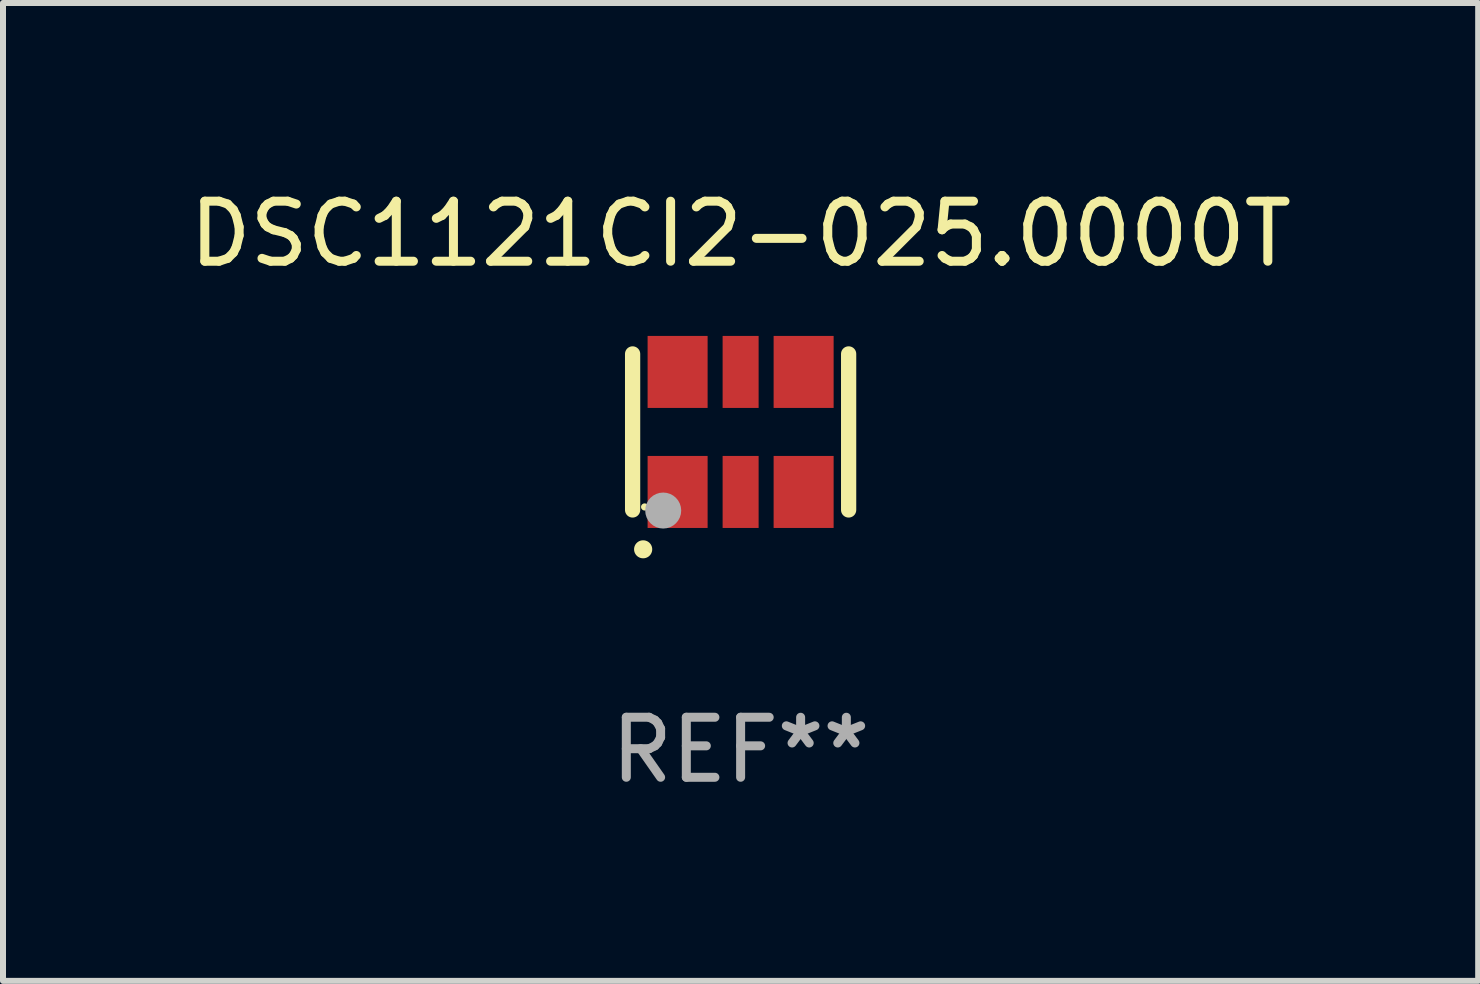
<source format=kicad_pcb>
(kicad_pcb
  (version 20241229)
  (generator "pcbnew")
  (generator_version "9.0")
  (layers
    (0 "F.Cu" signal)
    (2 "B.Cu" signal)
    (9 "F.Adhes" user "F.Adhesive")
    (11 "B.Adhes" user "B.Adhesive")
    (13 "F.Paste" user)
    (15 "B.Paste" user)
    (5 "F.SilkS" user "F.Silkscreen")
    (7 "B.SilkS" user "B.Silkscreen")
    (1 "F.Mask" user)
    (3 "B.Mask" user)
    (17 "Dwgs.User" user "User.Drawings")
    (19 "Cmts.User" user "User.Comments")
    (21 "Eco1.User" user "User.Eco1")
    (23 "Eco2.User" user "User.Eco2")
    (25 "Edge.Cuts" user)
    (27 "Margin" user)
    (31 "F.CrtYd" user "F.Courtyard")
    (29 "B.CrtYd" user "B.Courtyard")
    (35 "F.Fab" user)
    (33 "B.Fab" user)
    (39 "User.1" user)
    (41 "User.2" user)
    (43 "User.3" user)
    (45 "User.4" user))
  (footprint "DSC1121CI2-025.0000T"
    (layer "F.Cu")
    (at 9.292 4.148)
    (property "Reference" "DSC1121CI2-025.0000T" (at 0 -3.3 0) (layer "F.SilkS") (effects (font (size 1 1) (thickness 0.15))))
    (attr through_hole)
    (fp_line (start -1.8 -1.3) (end -1.8 1.3) (stroke (width 0.254) (type solid)) (layer "F.SilkS"))
    (fp_line (start 1.8 -1.3) (end 1.8 1.3) (stroke (width 0.254) (type solid)) (layer "F.SilkS"))
    (fp_arc (start -1.625603 1.955804) (mid -1.624333 1.955799) (end -1.623063 1.955804) (stroke (width 0.3) (type solid)) (layer "F.SilkS"))
    (fp_circle (center -1.6 1.25) (end -1.57 1.25) (stroke (width 0.06) (type solid)) (fill no) (layer "F.SilkS"))
    (fp_circle (center -1.29 1.31) (end -1.14 1.31) (stroke (width 0.3) (type solid)) (fill no) (layer "F.Fab"))
    (fp_text user "REF**" (at 0 5.3 0) (layer "F.Fab") (effects (font (size 1 1) (thickness 0.15))))
    (pad "1" smd rect (at -1.05 1) (size 1 1.2) (layers "F.Cu" "F.Mask" "F.Paste"))
    (pad "2" smd rect (at 0 1) (size 0.6 1.2) (layers "F.Cu" "F.Mask" "F.Paste"))
    (pad "3" smd rect (at 1.05 1) (size 1 1.2) (layers "F.Cu" "F.Mask" "F.Paste"))
    (pad "4" smd rect (at 1.05 -1) (size 1 1.2) (layers "F.Cu" "F.Mask" "F.Paste"))
    (pad "5" smd rect (at 0 -1) (size 0.6 1.2) (layers "F.Cu" "F.Mask" "F.Paste"))
    (pad "6" smd rect (at -1.05 -1) (size 1 1.2) (layers "F.Cu" "F.Mask" "F.Paste")))
  (gr_rect
    (start -3 -3)
    (end 21.583 13.296)
    (stroke (width 0.1) (type default))
    (fill no)
    (layer "Edge.Cuts")))
</source>
